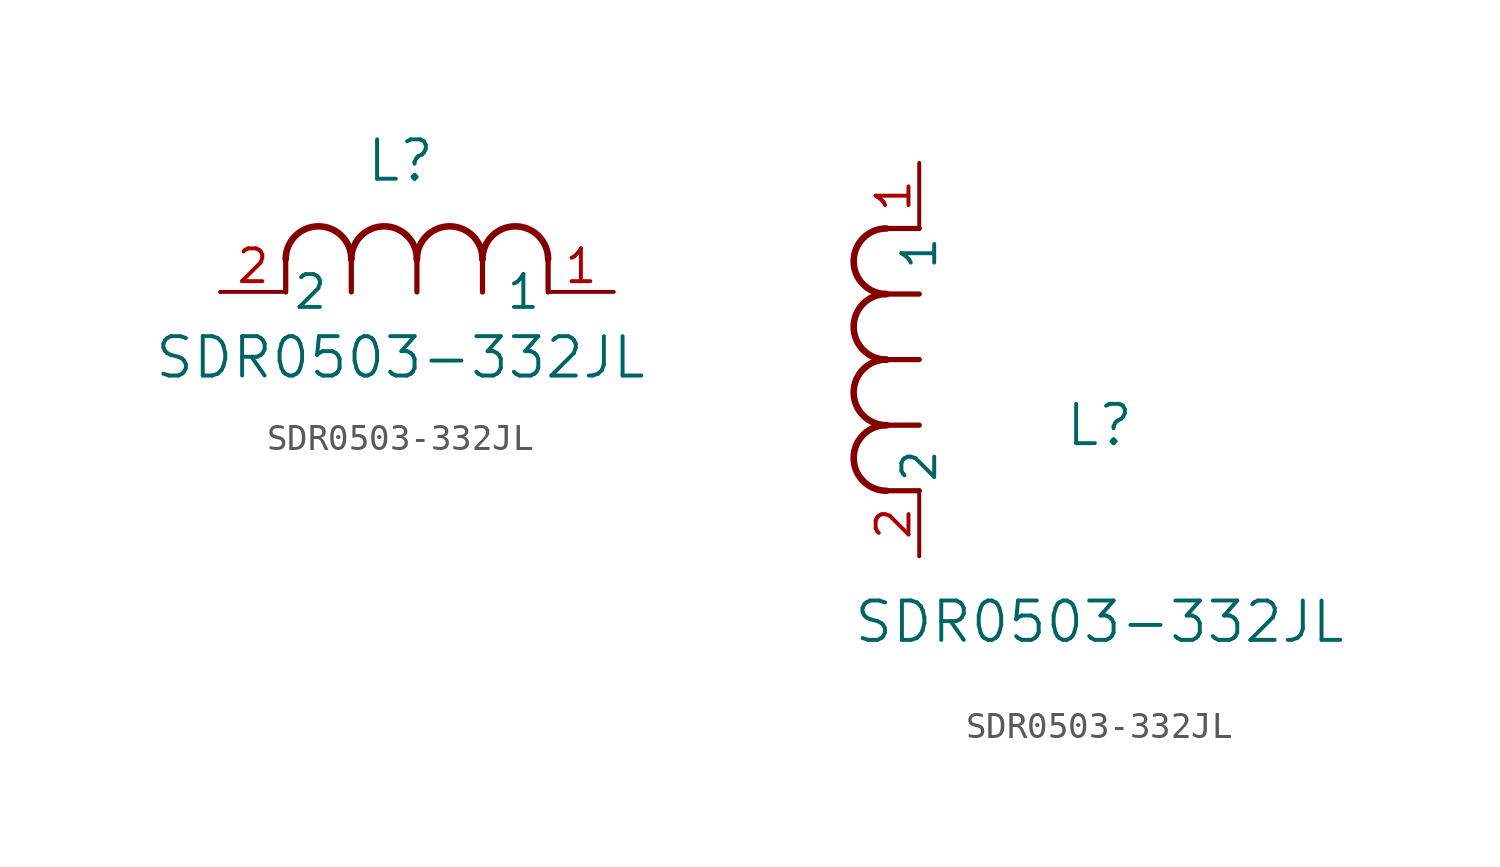
<source format=kicad_sym>
(kicad_symbol_lib
  (version 20211014)
  (generator kicad_symbol_editor)
  (symbol "SDR0503-332JL"
    (pin_names
      (offset 0.254))
    (property "Reference" "L"
      (at 6.985 5.08 0)
      (effects (font (size 1.524 1.524))))
    (property "Value" "SDR0503-332JL"
      (at 6.985 -2.54 0)
      (effects (font (size 1.524 1.524))))
    (symbol "SDR0503-332JL_1_1"
      (arc (start 7.62 1.27) (mid 6.35 2.54) (end 5.08 1.27) (stroke (width 0.254) (type default) (color 0 0 0 0)) (fill (type none)))
      (polyline (pts (xy 5.08 0) (xy 5.08 1.27)) (stroke (width 0.203) (type default) (color 0 0 0 0)) (fill (type none)))
      (polyline (pts (xy 7.62 0) (xy 7.62 1.27)) (stroke (width 0.203) (type default) (color 0 0 0 0)) (fill (type none)))
      (polyline (pts (xy 12.7 0) (xy 12.7 1.27)) (stroke (width 0.203) (type default) (color 0 0 0 0)) (fill (type none)))
      (arc (start 5.08 1.27) (mid 3.81 2.54) (end 2.54 1.27) (stroke (width 0.254) (type default) (color 0 0 0 0)) (fill (type none)))
      (arc (start 10.16 1.27) (mid 8.89 2.54) (end 7.62 1.27) (stroke (width 0.254) (type default) (color 0 0 0 0)) (fill (type none)))
      (arc (start 12.7 1.27) (mid 11.43 2.54) (end 10.16 1.27) (stroke (width 0.254) (type default) (color 0 0 0 0)) (fill (type none)))
      (polyline (pts (xy 2.54 0) (xy 2.54 1.27)) (stroke (width 0.203) (type default) (color 0 0 0 0)) (fill (type none)))
      (polyline (pts (xy 10.16 0) (xy 10.16 1.27)) (stroke (width 0.203) (type default) (color 0 0 0 0)) (fill (type none)))
      (pin unspecified line (at 0 0 0) (length 2.54) (name "2" (effects (font (size 1.27 1.27)))) (number "2" (effects (font (size 1.27 1.27)))))
      (pin unspecified line (at 15.24 0 180) (length 2.54) (name "1" (effects (font (size 1.27 1.27)))) (number "1" (effects (font (size 1.27 1.27))))))
    (symbol "SDR0503-332JL_1_2"
      (arc (start -1.27 7.62) (mid -2.54 6.35) (end -1.27 5.08) (stroke (width 0.254) (type default) (color 0 0 0 0)) (fill (type none)))
      (arc (start -1.27 5.08) (mid -2.54 3.81) (end -1.27 2.54) (stroke (width 0.254) (type default) (color 0 0 0 0)) (fill (type none)))
      (arc (start -1.27 12.7) (mid -2.54 11.43) (end -1.27 10.16) (stroke (width 0.254) (type default) (color 0 0 0 0)) (fill (type none)))
      (arc (start -1.27 10.16) (mid -2.54 8.89) (end -1.27 7.62) (stroke (width 0.254) (type default) (color 0 0 0 0)) (fill (type none)))
      (polyline (pts (xy 0 7.62) (xy -1.27 7.62)) (stroke (width 0.203) (type default) (color 0 0 0 0)) (fill (type none)))
      (polyline (pts (xy 0 5.08) (xy -1.27 5.08)) (stroke (width 0.203) (type default) (color 0 0 0 0)) (fill (type none)))
      (polyline (pts (xy 0 12.7) (xy -1.27 12.7)) (stroke (width 0.203) (type default) (color 0 0 0 0)) (fill (type none)))
      (polyline (pts (xy 0 2.54) (xy -1.27 2.54)) (stroke (width 0.203) (type default) (color 0 0 0 0)) (fill (type none)))
      (polyline (pts (xy 0 10.16) (xy -1.27 10.16)) (stroke (width 0.203) (type default) (color 0 0 0 0)) (fill (type none)))
      (pin unspecified line (at 0 0 90) (length 2.54) (name "2" (effects (font (size 1.27 1.27)))) (number "2" (effects (font (size 1.27 1.27)))))
      (pin unspecified line (at 0 15.24 270) (length 2.54) (name "1" (effects (font (size 1.27 1.27)))) (number "1" (effects (font (size 1.27 1.27))))))))
</source>
